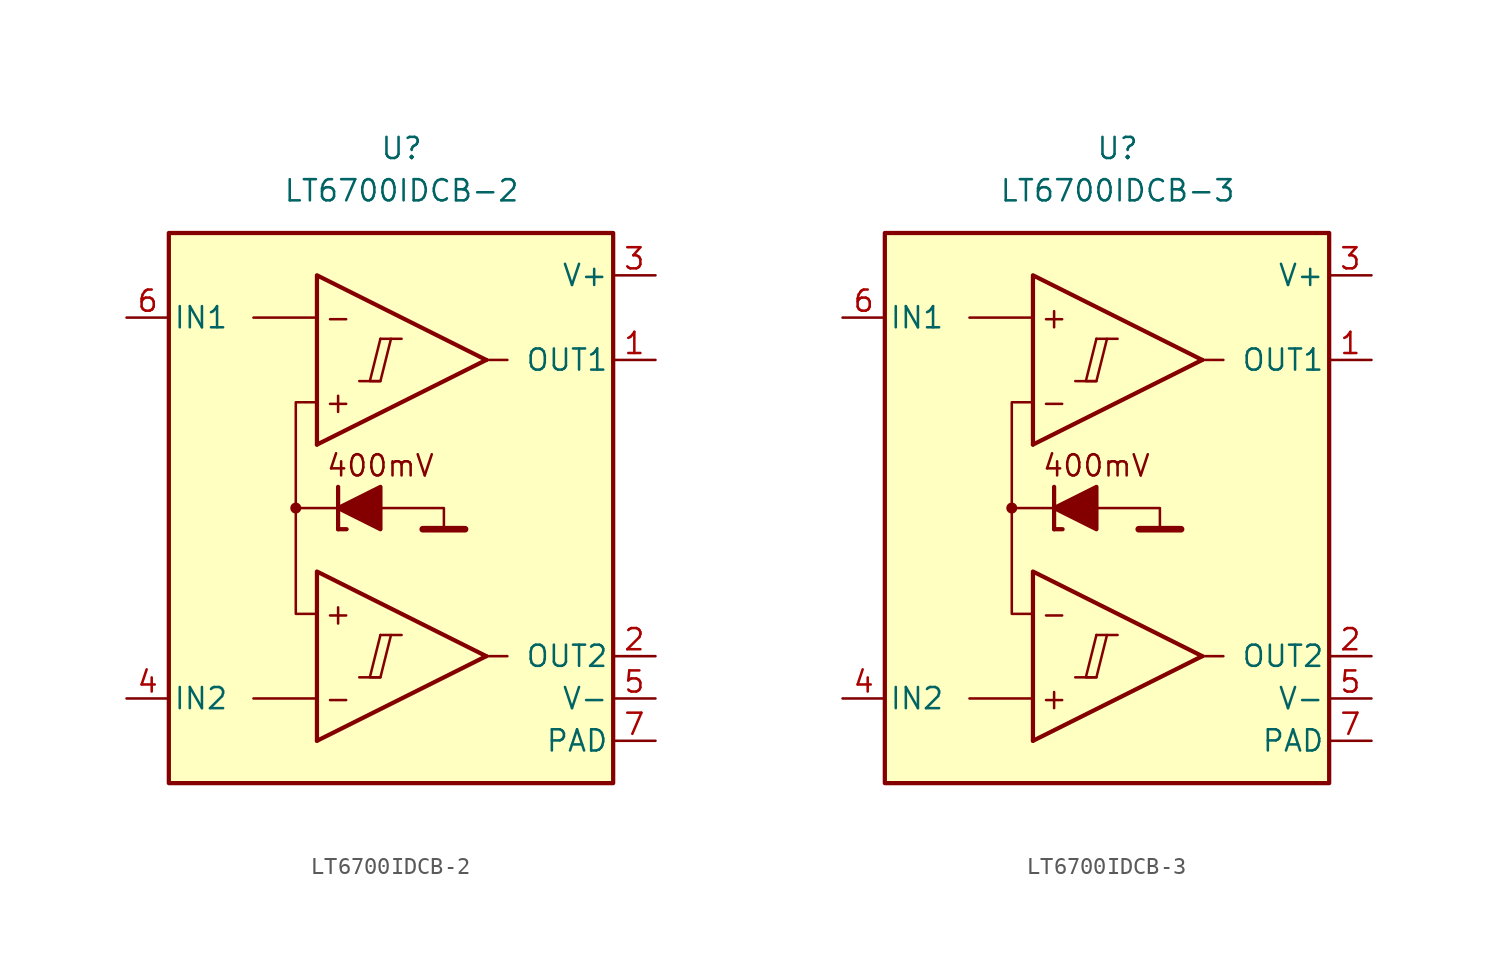
<source format=kicad_sym>
(kicad_symbol_lib
  (version 20211014)
  (generator kicad_symbol_editor)
  (symbol "LT6700IDCB-2"
    (pin_names
      (offset 0.254))
    (property "Reference" "U"
      (at 0 22.86 0)
      (effects (font (size 1.27 1.27))))
    (property "Value" "LT6700IDCB-2"
      (at 0 20.32 0)
      (effects (font (size 1.27 1.27))))
    (symbol "LT6700IDCB-2_0_0"
      (rectangle (start -13.97 17.78) (end 12.7 -15.24) (stroke (width 0.254) (type default) (color 0 0 0 0)) (fill (type background)))
      (circle (center -6.35 1.27) (radius 0.254) (stroke (width 0.152) (type default) (color 0 0 0 0)) (fill (type outline)))
      (polyline (pts (xy -2.54 -8.89) (xy -1.27 -8.89)) (stroke (width 0.152) (type default) (color 0 0 0 0)) (fill (type none)))
      (polyline (pts (xy -2.54 8.89) (xy -1.27 8.89)) (stroke (width 0.152) (type default) (color 0 0 0 0)) (fill (type none)))
      (polyline (pts (xy -1.27 -6.35) (xy 0 -6.35)) (stroke (width 0.152) (type default) (color 0 0 0 0)) (fill (type none)))
      (polyline (pts (xy -1.27 11.43) (xy 0 11.43)) (stroke (width 0.152) (type default) (color 0 0 0 0)) (fill (type none)))
      (polyline (pts (xy 5.08 -7.62) (xy -5.08 -12.7)) (stroke (width 0.254) (type default) (color 0 0 0 0)) (fill (type none)))
      (polyline (pts (xy 5.08 10.16) (xy -5.08 5.08)) (stroke (width 0.254) (type default) (color 0 0 0 0)) (fill (type none)))
      (polyline (pts (xy 5.08 -7.62) (xy -5.08 -2.54) (xy -5.08 -12.7)) (stroke (width 0.254) (type default) (color 0 0 0 0)) (fill (type background)))
      (polyline (pts (xy 5.08 10.16) (xy -5.08 15.24) (xy -5.08 5.08)) (stroke (width 0.254) (type default) (color 0 0 0 0)) (fill (type background)))
      (polyline (pts (xy -1.27 -6.35) (xy -1.905 -8.89) (xy -1.27 -8.89) (xy -0.635 -6.35)) (stroke (width 0.152) (type default) (color 0 0 0 0)) (fill (type none)))
      (polyline (pts (xy -1.27 11.43) (xy -1.905 8.89) (xy -1.27 8.89) (xy -0.635 11.43)) (stroke (width 0.152) (type default) (color 0 0 0 0)) (fill (type none)))
      (text "+" (at -3.81 -5.08 0) (effects (font (size 1.27 1.27))))
      (text "+" (at -3.81 7.62 0) (effects (font (size 1.27 1.27))))
      (text "-" (at -3.81 -10.16 0) (effects (font (size 1.27 1.27))))
      (text "-" (at -3.81 12.7 0) (effects (font (size 1.27 1.27)))))
    (symbol "LT6700IDCB-2_0_1"
      (polyline (pts (xy -5.08 -10.16) (xy -8.89 -10.16)) (stroke (width 0) (type default) (color 0 0 0 0)) (fill (type none)))
      (polyline (pts (xy -5.08 12.7) (xy -8.89 12.7)) (stroke (width 0) (type default) (color 0 0 0 0)) (fill (type none)))
      (polyline (pts (xy -3.81 0) (xy -3.81 2.54)) (stroke (width 0.254) (type default) (color 0 0 0 0)) (fill (type none)))
      (polyline (pts (xy -3.81 0) (xy -3.302 0)) (stroke (width 0.254) (type default) (color 0 0 0 0)) (fill (type none)))
      (polyline (pts (xy -3.81 1.27) (xy -6.35 1.27)) (stroke (width 0.152) (type default) (color 0 0 0 0)) (fill (type none)))
      (polyline (pts (xy 1.27 0) (xy 3.81 0)) (stroke (width 0.4) (type default) (color 0 0 0 0)) (fill (type none)))
      (polyline (pts (xy 5.08 -7.62) (xy 6.35 -7.62)) (stroke (width 0) (type default) (color 0 0 0 0)) (fill (type none)))
      (polyline (pts (xy 5.08 10.16) (xy 6.35 10.16)) (stroke (width 0) (type default) (color 0 0 0 0)) (fill (type none)))
      (polyline (pts (xy -1.27 1.27) (xy 2.54 1.27) (xy 2.54 0)) (stroke (width 0.152) (type default) (color 0 0 0 0)) (fill (type none)))
      (polyline (pts (xy -5.08 -5.08) (xy -6.35 -5.08) (xy -6.35 7.62) (xy -5.08 7.62)) (stroke (width 0.152) (type default) (color 0 0 0 0)) (fill (type none)))
      (polyline (pts (xy -1.27 2.54) (xy -1.27 0) (xy -3.81 1.27) (xy -1.27 2.54)) (stroke (width 0.254) (type default) (color 0 0 0 0)) (fill (type outline))))
    (symbol "LT6700IDCB-2_1_0"
      (text "400mV" (at -1.27 3.81 0) (effects (font (size 1.27 1.27)))))
    (symbol "LT6700IDCB-2_1_1"
      (pin output line (at 15.24 10.16 180) (length 2.54) (name "OUT1" (effects (font (size 1.27 1.27)))) (number "1" (effects (font (size 1.27 1.27)))))
      (pin output line (at 15.24 -7.62 180) (length 2.54) (name "OUT2" (effects (font (size 1.27 1.27)))) (number "2" (effects (font (size 1.27 1.27)))))
      (pin power_in line (at 15.24 15.24 180) (length 2.54) (name "V+" (effects (font (size 1.27 1.27)))) (number "3" (effects (font (size 1.27 1.27)))))
      (pin input line (at -16.51 -10.16 0) (length 2.54) (name "IN2" (effects (font (size 1.27 1.27)))) (number "4" (effects (font (size 1.27 1.27)))))
      (pin power_in line (at 15.24 -10.16 180) (length 2.54) (name "V-" (effects (font (size 1.27 1.27)))) (number "5" (effects (font (size 1.27 1.27)))))
      (pin input line (at -16.51 12.7 0) (length 2.54) (name "IN1" (effects (font (size 1.27 1.27)))) (number "6" (effects (font (size 1.27 1.27)))))
      (pin power_in line (at 15.24 -12.7 180) (length 2.54) (name "PAD" (effects (font (size 1.27 1.27)))) (number "7" (effects (font (size 1.27 1.27)))))))
  (symbol "LT6700IDCB-3"
    (pin_names
      (offset 0.254))
    (property "Reference" "U"
      (at 0 22.86 0)
      (effects (font (size 1.27 1.27))))
    (property "Value" "LT6700IDCB-3"
      (at 0 20.32 0)
      (effects (font (size 1.27 1.27))))
    (symbol "LT6700IDCB-3_0_0"
      (rectangle (start -13.97 17.78) (end 12.7 -15.24) (stroke (width 0.254) (type default) (color 0 0 0 0)) (fill (type background)))
      (circle (center -6.35 1.27) (radius 0.254) (stroke (width 0.152) (type default) (color 0 0 0 0)) (fill (type outline)))
      (polyline (pts (xy -2.54 -8.89) (xy -1.27 -8.89)) (stroke (width 0.152) (type default) (color 0 0 0 0)) (fill (type none)))
      (polyline (pts (xy -2.54 8.89) (xy -1.27 8.89)) (stroke (width 0.152) (type default) (color 0 0 0 0)) (fill (type none)))
      (polyline (pts (xy -1.27 -6.35) (xy 0 -6.35)) (stroke (width 0.152) (type default) (color 0 0 0 0)) (fill (type none)))
      (polyline (pts (xy -1.27 11.43) (xy 0 11.43)) (stroke (width 0.152) (type default) (color 0 0 0 0)) (fill (type none)))
      (polyline (pts (xy 5.08 -7.62) (xy -5.08 -12.7)) (stroke (width 0.254) (type default) (color 0 0 0 0)) (fill (type none)))
      (polyline (pts (xy 5.08 10.16) (xy -5.08 5.08)) (stroke (width 0.254) (type default) (color 0 0 0 0)) (fill (type none)))
      (polyline (pts (xy 5.08 -7.62) (xy -5.08 -2.54) (xy -5.08 -12.7)) (stroke (width 0.254) (type default) (color 0 0 0 0)) (fill (type background)))
      (polyline (pts (xy 5.08 10.16) (xy -5.08 15.24) (xy -5.08 5.08)) (stroke (width 0.254) (type default) (color 0 0 0 0)) (fill (type background)))
      (polyline (pts (xy -1.27 -6.35) (xy -1.905 -8.89) (xy -1.27 -8.89) (xy -0.635 -6.35)) (stroke (width 0.152) (type default) (color 0 0 0 0)) (fill (type none)))
      (polyline (pts (xy -1.27 11.43) (xy -1.905 8.89) (xy -1.27 8.89) (xy -0.635 11.43)) (stroke (width 0.152) (type default) (color 0 0 0 0)) (fill (type none)))
      (text "+" (at -3.81 -10.16 0) (effects (font (size 1.27 1.27))))
      (text "+" (at -3.81 12.7 0) (effects (font (size 1.27 1.27))))
      (text "-" (at -3.81 -5.08 0) (effects (font (size 1.27 1.27))))
      (text "-" (at -3.81 7.62 0) (effects (font (size 1.27 1.27)))))
    (symbol "LT6700IDCB-3_0_1"
      (polyline (pts (xy -5.08 -10.16) (xy -8.89 -10.16)) (stroke (width 0) (type default) (color 0 0 0 0)) (fill (type none)))
      (polyline (pts (xy -5.08 12.7) (xy -8.89 12.7)) (stroke (width 0) (type default) (color 0 0 0 0)) (fill (type none)))
      (polyline (pts (xy -3.81 0) (xy -3.81 2.54)) (stroke (width 0.254) (type default) (color 0 0 0 0)) (fill (type none)))
      (polyline (pts (xy -3.81 0) (xy -3.302 0)) (stroke (width 0.254) (type default) (color 0 0 0 0)) (fill (type none)))
      (polyline (pts (xy -3.81 1.27) (xy -6.35 1.27)) (stroke (width 0.152) (type default) (color 0 0 0 0)) (fill (type none)))
      (polyline (pts (xy 1.27 0) (xy 3.81 0)) (stroke (width 0.4) (type default) (color 0 0 0 0)) (fill (type none)))
      (polyline (pts (xy 5.08 -7.62) (xy 6.35 -7.62)) (stroke (width 0) (type default) (color 0 0 0 0)) (fill (type none)))
      (polyline (pts (xy 5.08 10.16) (xy 6.35 10.16)) (stroke (width 0) (type default) (color 0 0 0 0)) (fill (type none)))
      (polyline (pts (xy -1.27 1.27) (xy 2.54 1.27) (xy 2.54 0)) (stroke (width 0.152) (type default) (color 0 0 0 0)) (fill (type none)))
      (polyline (pts (xy -5.08 -5.08) (xy -6.35 -5.08) (xy -6.35 7.62) (xy -5.08 7.62)) (stroke (width 0.152) (type default) (color 0 0 0 0)) (fill (type none)))
      (polyline (pts (xy -1.27 2.54) (xy -1.27 0) (xy -3.81 1.27) (xy -1.27 2.54)) (stroke (width 0.254) (type default) (color 0 0 0 0)) (fill (type outline))))
    (symbol "LT6700IDCB-3_1_0"
      (text "400mV" (at -1.27 3.81 0) (effects (font (size 1.27 1.27)))))
    (symbol "LT6700IDCB-3_1_1"
      (pin output line (at 15.24 10.16 180) (length 2.54) (name "OUT1" (effects (font (size 1.27 1.27)))) (number "1" (effects (font (size 1.27 1.27)))))
      (pin output line (at 15.24 -7.62 180) (length 2.54) (name "OUT2" (effects (font (size 1.27 1.27)))) (number "2" (effects (font (size 1.27 1.27)))))
      (pin power_in line (at 15.24 15.24 180) (length 2.54) (name "V+" (effects (font (size 1.27 1.27)))) (number "3" (effects (font (size 1.27 1.27)))))
      (pin input line (at -16.51 -10.16 0) (length 2.54) (name "IN2" (effects (font (size 1.27 1.27)))) (number "4" (effects (font (size 1.27 1.27)))))
      (pin power_in line (at 15.24 -10.16 180) (length 2.54) (name "V-" (effects (font (size 1.27 1.27)))) (number "5" (effects (font (size 1.27 1.27)))))
      (pin input line (at -16.51 12.7 0) (length 2.54) (name "IN1" (effects (font (size 1.27 1.27)))) (number "6" (effects (font (size 1.27 1.27)))))
      (pin power_in line (at 15.24 -12.7 180) (length 2.54) (name "PAD" (effects (font (size 1.27 1.27)))) (number "7" (effects (font (size 1.27 1.27))))))))
</source>
